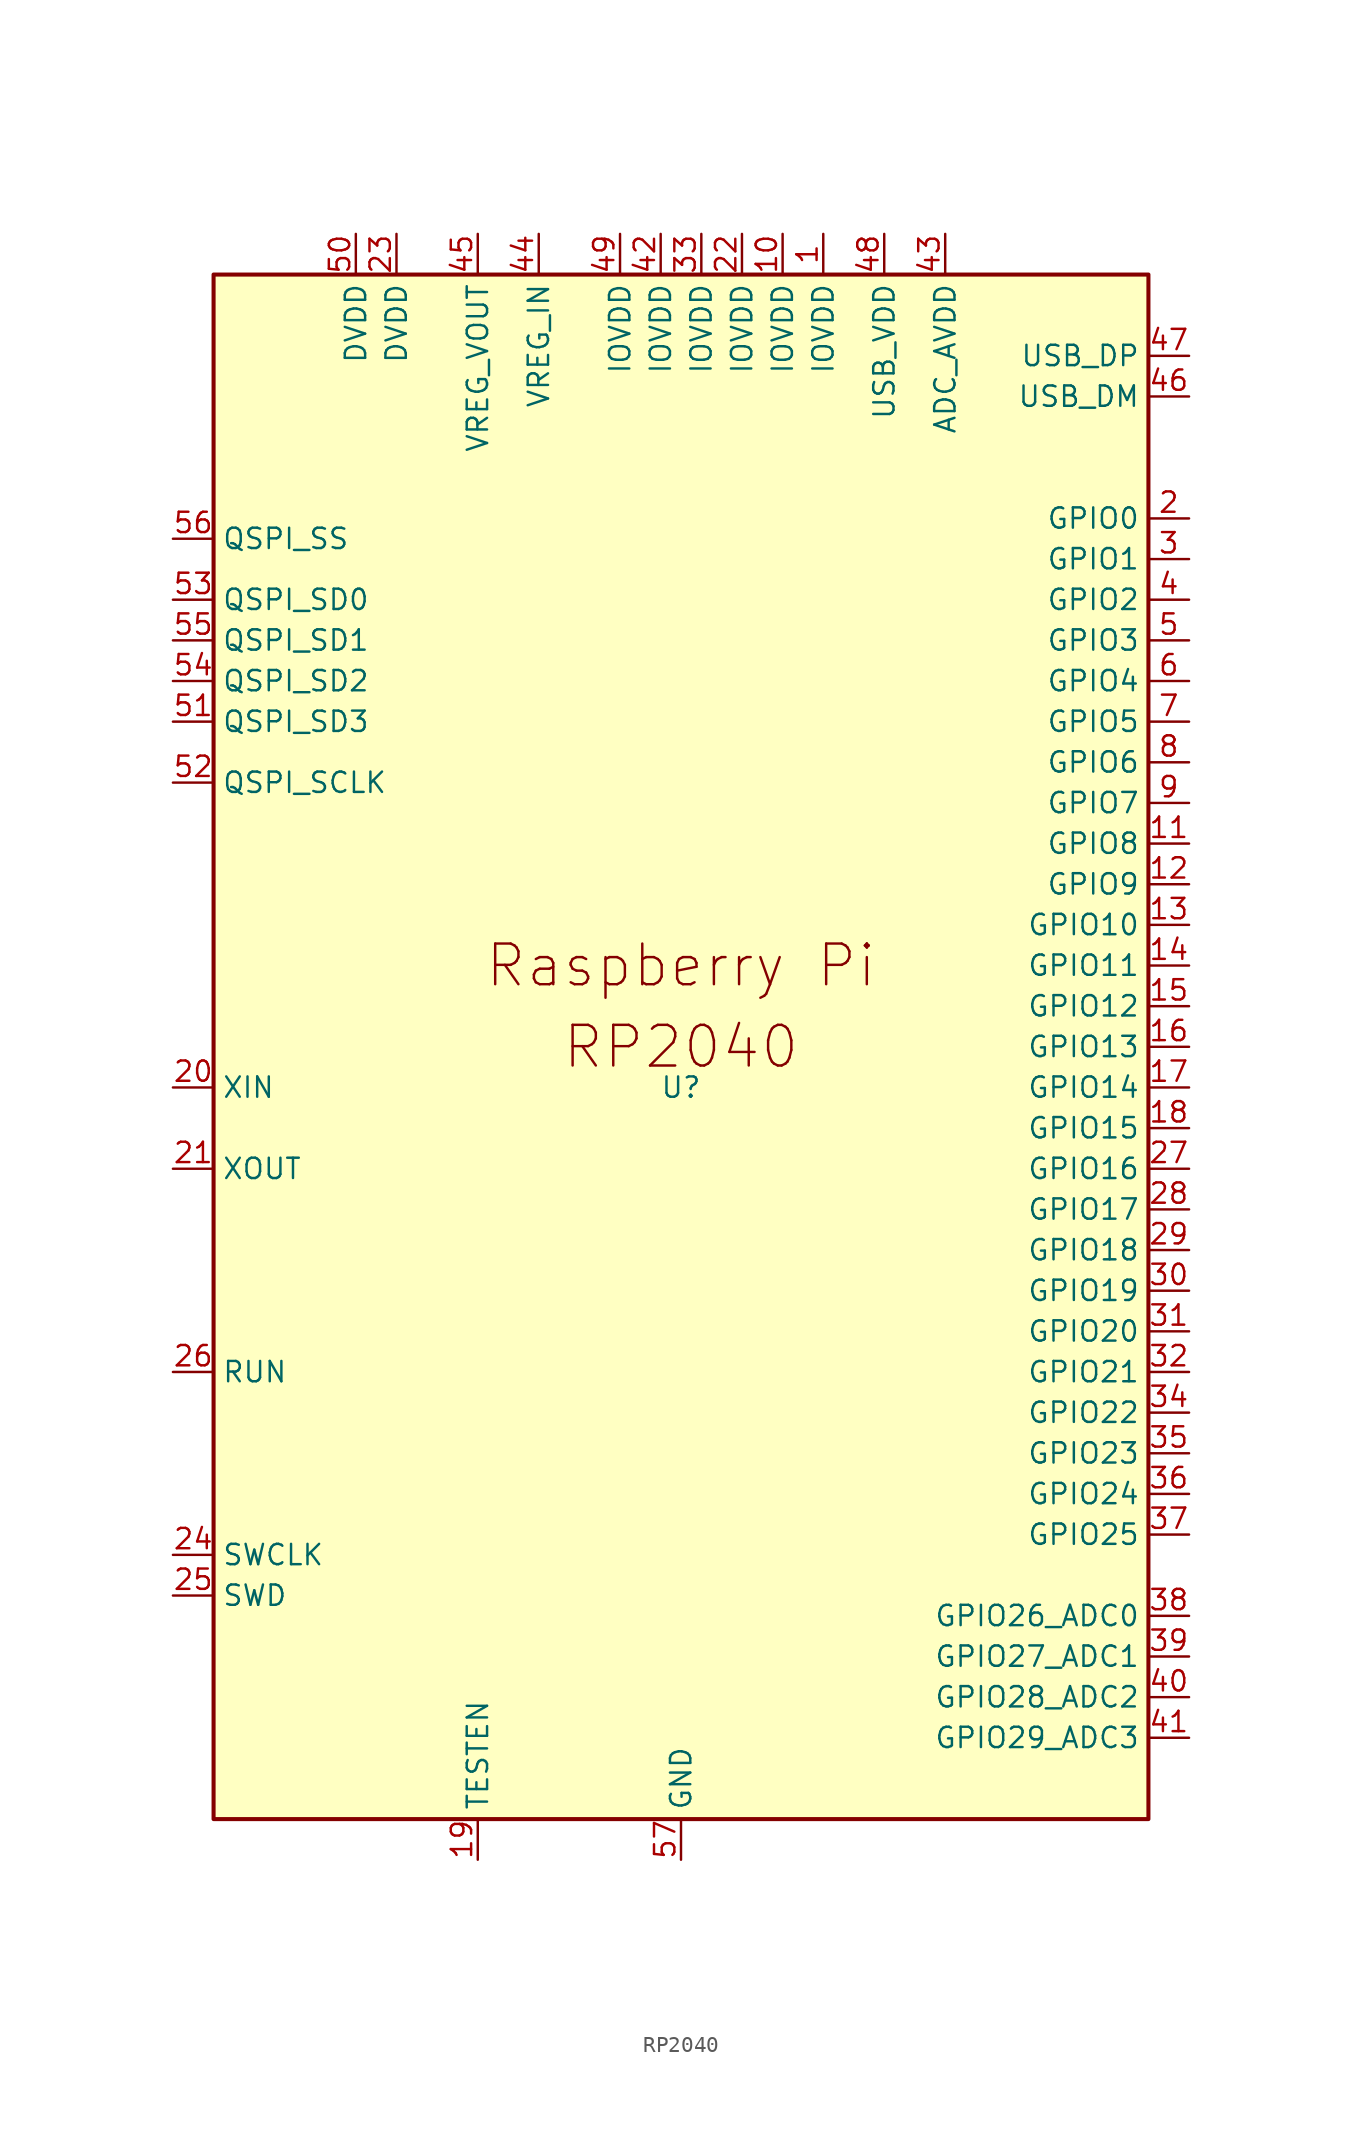
<source format=kicad_sym>
(kicad_symbol_lib
  (version 20231120)
  (generator "kicad_symbol_editor")
  (generator_version "8.0")
  (symbol "RP2040"
    (property "Reference" "U"
      (at 0 0 0)
      (effects (font (size 1.27 1.27))))
    (property "Value" ""
      (at 0 0 0)
      (effects (font (size 1.27 1.27))))
    (symbol "RP2040_0_0"
      (text "Raspberry Pi" (at 0 7.62 0) (effects (font (size 2.54 2.54))))
      (text "RP2040" (at 0 2.54 0) (effects (font (size 2.54 2.54)))))
    (symbol "RP2040_0_1"
      (rectangle (start 29.21 50.8) (end -29.21 -45.72) (stroke (width 0.254) (type solid)) (fill (type background))))
    (symbol "RP2040_1_1"
      (pin power_in line (at 8.89 53.34 270) (length 2.54) (name "IOVDD" (effects (font (size 1.27 1.27)))) (number "1" (effects (font (size 1.27 1.27)))))
      (pin power_in line (at 6.35 53.34 270) (length 2.54) (name "IOVDD" (effects (font (size 1.27 1.27)))) (number "10" (effects (font (size 1.27 1.27)))))
      (pin bidirectional line (at 31.75 15.24 180) (length 2.54) (name "GPIO8" (effects (font (size 1.27 1.27)))) (number "11" (effects (font (size 1.27 1.27)))))
      (pin bidirectional line (at 31.75 12.7 180) (length 2.54) (name "GPIO9" (effects (font (size 1.27 1.27)))) (number "12" (effects (font (size 1.27 1.27)))))
      (pin bidirectional line (at 31.75 10.16 180) (length 2.54) (name "GPIO10" (effects (font (size 1.27 1.27)))) (number "13" (effects (font (size 1.27 1.27)))))
      (pin bidirectional line (at 31.75 7.62 180) (length 2.54) (name "GPIO11" (effects (font (size 1.27 1.27)))) (number "14" (effects (font (size 1.27 1.27)))))
      (pin bidirectional line (at 31.75 5.08 180) (length 2.54) (name "GPIO12" (effects (font (size 1.27 1.27)))) (number "15" (effects (font (size 1.27 1.27)))))
      (pin bidirectional line (at 31.75 2.54 180) (length 2.54) (name "GPIO13" (effects (font (size 1.27 1.27)))) (number "16" (effects (font (size 1.27 1.27)))))
      (pin bidirectional line (at 31.75 0 180) (length 2.54) (name "GPIO14" (effects (font (size 1.27 1.27)))) (number "17" (effects (font (size 1.27 1.27)))))
      (pin bidirectional line (at 31.75 -2.54 180) (length 2.54) (name "GPIO15" (effects (font (size 1.27 1.27)))) (number "18" (effects (font (size 1.27 1.27)))))
      (pin passive line (at -12.7 -48.26 90) (length 2.54) (name "TESTEN" (effects (font (size 1.27 1.27)))) (number "19" (effects (font (size 1.27 1.27)))))
      (pin bidirectional line (at 31.75 35.56 180) (length 2.54) (name "GPIO0" (effects (font (size 1.27 1.27)))) (number "2" (effects (font (size 1.27 1.27)))))
      (pin input line (at -31.75 0 0) (length 2.54) (name "XIN" (effects (font (size 1.27 1.27)))) (number "20" (effects (font (size 1.27 1.27)))))
      (pin passive line (at -31.75 -5.08 0) (length 2.54) (name "XOUT" (effects (font (size 1.27 1.27)))) (number "21" (effects (font (size 1.27 1.27)))))
      (pin power_in line (at 3.81 53.34 270) (length 2.54) (name "IOVDD" (effects (font (size 1.27 1.27)))) (number "22" (effects (font (size 1.27 1.27)))))
      (pin power_in line (at -17.78 53.34 270) (length 2.54) (name "DVDD" (effects (font (size 1.27 1.27)))) (number "23" (effects (font (size 1.27 1.27)))))
      (pin output line (at -31.75 -29.21 0) (length 2.54) (name "SWCLK" (effects (font (size 1.27 1.27)))) (number "24" (effects (font (size 1.27 1.27)))))
      (pin bidirectional line (at -31.75 -31.75 0) (length 2.54) (name "SWD" (effects (font (size 1.27 1.27)))) (number "25" (effects (font (size 1.27 1.27)))))
      (pin input line (at -31.75 -17.78 0) (length 2.54) (name "RUN" (effects (font (size 1.27 1.27)))) (number "26" (effects (font (size 1.27 1.27)))))
      (pin bidirectional line (at 31.75 -5.08 180) (length 2.54) (name "GPIO16" (effects (font (size 1.27 1.27)))) (number "27" (effects (font (size 1.27 1.27)))))
      (pin bidirectional line (at 31.75 -7.62 180) (length 2.54) (name "GPIO17" (effects (font (size 1.27 1.27)))) (number "28" (effects (font (size 1.27 1.27)))))
      (pin bidirectional line (at 31.75 -10.16 180) (length 2.54) (name "GPIO18" (effects (font (size 1.27 1.27)))) (number "29" (effects (font (size 1.27 1.27)))))
      (pin bidirectional line (at 31.75 33.02 180) (length 2.54) (name "GPIO1" (effects (font (size 1.27 1.27)))) (number "3" (effects (font (size 1.27 1.27)))))
      (pin bidirectional line (at 31.75 -12.7 180) (length 2.54) (name "GPIO19" (effects (font (size 1.27 1.27)))) (number "30" (effects (font (size 1.27 1.27)))))
      (pin bidirectional line (at 31.75 -15.24 180) (length 2.54) (name "GPIO20" (effects (font (size 1.27 1.27)))) (number "31" (effects (font (size 1.27 1.27)))))
      (pin bidirectional line (at 31.75 -17.78 180) (length 2.54) (name "GPIO21" (effects (font (size 1.27 1.27)))) (number "32" (effects (font (size 1.27 1.27)))))
      (pin power_in line (at 1.27 53.34 270) (length 2.54) (name "IOVDD" (effects (font (size 1.27 1.27)))) (number "33" (effects (font (size 1.27 1.27)))))
      (pin bidirectional line (at 31.75 -20.32 180) (length 2.54) (name "GPIO22" (effects (font (size 1.27 1.27)))) (number "34" (effects (font (size 1.27 1.27)))))
      (pin bidirectional line (at 31.75 -22.86 180) (length 2.54) (name "GPIO23" (effects (font (size 1.27 1.27)))) (number "35" (effects (font (size 1.27 1.27)))))
      (pin bidirectional line (at 31.75 -25.4 180) (length 2.54) (name "GPIO24" (effects (font (size 1.27 1.27)))) (number "36" (effects (font (size 1.27 1.27)))))
      (pin bidirectional line (at 31.75 -27.94 180) (length 2.54) (name "GPIO25" (effects (font (size 1.27 1.27)))) (number "37" (effects (font (size 1.27 1.27)))))
      (pin bidirectional line (at 31.75 -33.02 180) (length 2.54) (name "GPIO26_ADC0" (effects (font (size 1.27 1.27)))) (number "38" (effects (font (size 1.27 1.27)))))
      (pin bidirectional line (at 31.75 -35.56 180) (length 2.54) (name "GPIO27_ADC1" (effects (font (size 1.27 1.27)))) (number "39" (effects (font (size 1.27 1.27)))))
      (pin bidirectional line (at 31.75 30.48 180) (length 2.54) (name "GPIO2" (effects (font (size 1.27 1.27)))) (number "4" (effects (font (size 1.27 1.27)))))
      (pin bidirectional line (at 31.75 -38.1 180) (length 2.54) (name "GPIO28_ADC2" (effects (font (size 1.27 1.27)))) (number "40" (effects (font (size 1.27 1.27)))))
      (pin bidirectional line (at 31.75 -40.64 180) (length 2.54) (name "GPIO29_ADC3" (effects (font (size 1.27 1.27)))) (number "41" (effects (font (size 1.27 1.27)))))
      (pin power_in line (at -1.27 53.34 270) (length 2.54) (name "IOVDD" (effects (font (size 1.27 1.27)))) (number "42" (effects (font (size 1.27 1.27)))))
      (pin power_in line (at 16.51 53.34 270) (length 2.54) (name "ADC_AVDD" (effects (font (size 1.27 1.27)))) (number "43" (effects (font (size 1.27 1.27)))))
      (pin power_in line (at -8.89 53.34 270) (length 2.54) (name "VREG_IN" (effects (font (size 1.27 1.27)))) (number "44" (effects (font (size 1.27 1.27)))))
      (pin power_out line (at -12.7 53.34 270) (length 2.54) (name "VREG_VOUT" (effects (font (size 1.27 1.27)))) (number "45" (effects (font (size 1.27 1.27)))))
      (pin bidirectional line (at 31.75 43.18 180) (length 2.54) (name "USB_DM" (effects (font (size 1.27 1.27)))) (number "46" (effects (font (size 1.27 1.27)))))
      (pin bidirectional line (at 31.75 45.72 180) (length 2.54) (name "USB_DP" (effects (font (size 1.27 1.27)))) (number "47" (effects (font (size 1.27 1.27)))))
      (pin power_in line (at 12.7 53.34 270) (length 2.54) (name "USB_VDD" (effects (font (size 1.27 1.27)))) (number "48" (effects (font (size 1.27 1.27)))))
      (pin power_in line (at -3.81 53.34 270) (length 2.54) (name "IOVDD" (effects (font (size 1.27 1.27)))) (number "49" (effects (font (size 1.27 1.27)))))
      (pin bidirectional line (at 31.75 27.94 180) (length 2.54) (name "GPIO3" (effects (font (size 1.27 1.27)))) (number "5" (effects (font (size 1.27 1.27)))))
      (pin power_in line (at -20.32 53.34 270) (length 2.54) (name "DVDD" (effects (font (size 1.27 1.27)))) (number "50" (effects (font (size 1.27 1.27)))))
      (pin bidirectional line (at -31.75 22.86 0) (length 2.54) (name "QSPI_SD3" (effects (font (size 1.27 1.27)))) (number "51" (effects (font (size 1.27 1.27)))))
      (pin output line (at -31.75 19.05 0) (length 2.54) (name "QSPI_SCLK" (effects (font (size 1.27 1.27)))) (number "52" (effects (font (size 1.27 1.27)))))
      (pin bidirectional line (at -31.75 30.48 0) (length 2.54) (name "QSPI_SD0" (effects (font (size 1.27 1.27)))) (number "53" (effects (font (size 1.27 1.27)))))
      (pin bidirectional line (at -31.75 25.4 0) (length 2.54) (name "QSPI_SD2" (effects (font (size 1.27 1.27)))) (number "54" (effects (font (size 1.27 1.27)))))
      (pin bidirectional line (at -31.75 27.94 0) (length 2.54) (name "QSPI_SD1" (effects (font (size 1.27 1.27)))) (number "55" (effects (font (size 1.27 1.27)))))
      (pin bidirectional line (at -31.75 34.29 0) (length 2.54) (name "QSPI_SS" (effects (font (size 1.27 1.27)))) (number "56" (effects (font (size 1.27 1.27)))))
      (pin power_in line (at 0 -48.26 90) (length 2.54) (name "GND" (effects (font (size 1.27 1.27)))) (number "57" (effects (font (size 1.27 1.27)))))
      (pin bidirectional line (at 31.75 25.4 180) (length 2.54) (name "GPIO4" (effects (font (size 1.27 1.27)))) (number "6" (effects (font (size 1.27 1.27)))))
      (pin bidirectional line (at 31.75 22.86 180) (length 2.54) (name "GPIO5" (effects (font (size 1.27 1.27)))) (number "7" (effects (font (size 1.27 1.27)))))
      (pin bidirectional line (at 31.75 20.32 180) (length 2.54) (name "GPIO6" (effects (font (size 1.27 1.27)))) (number "8" (effects (font (size 1.27 1.27)))))
      (pin bidirectional line (at 31.75 17.78 180) (length 2.54) (name "GPIO7" (effects (font (size 1.27 1.27)))) (number "9" (effects (font (size 1.27 1.27))))))))
</source>
